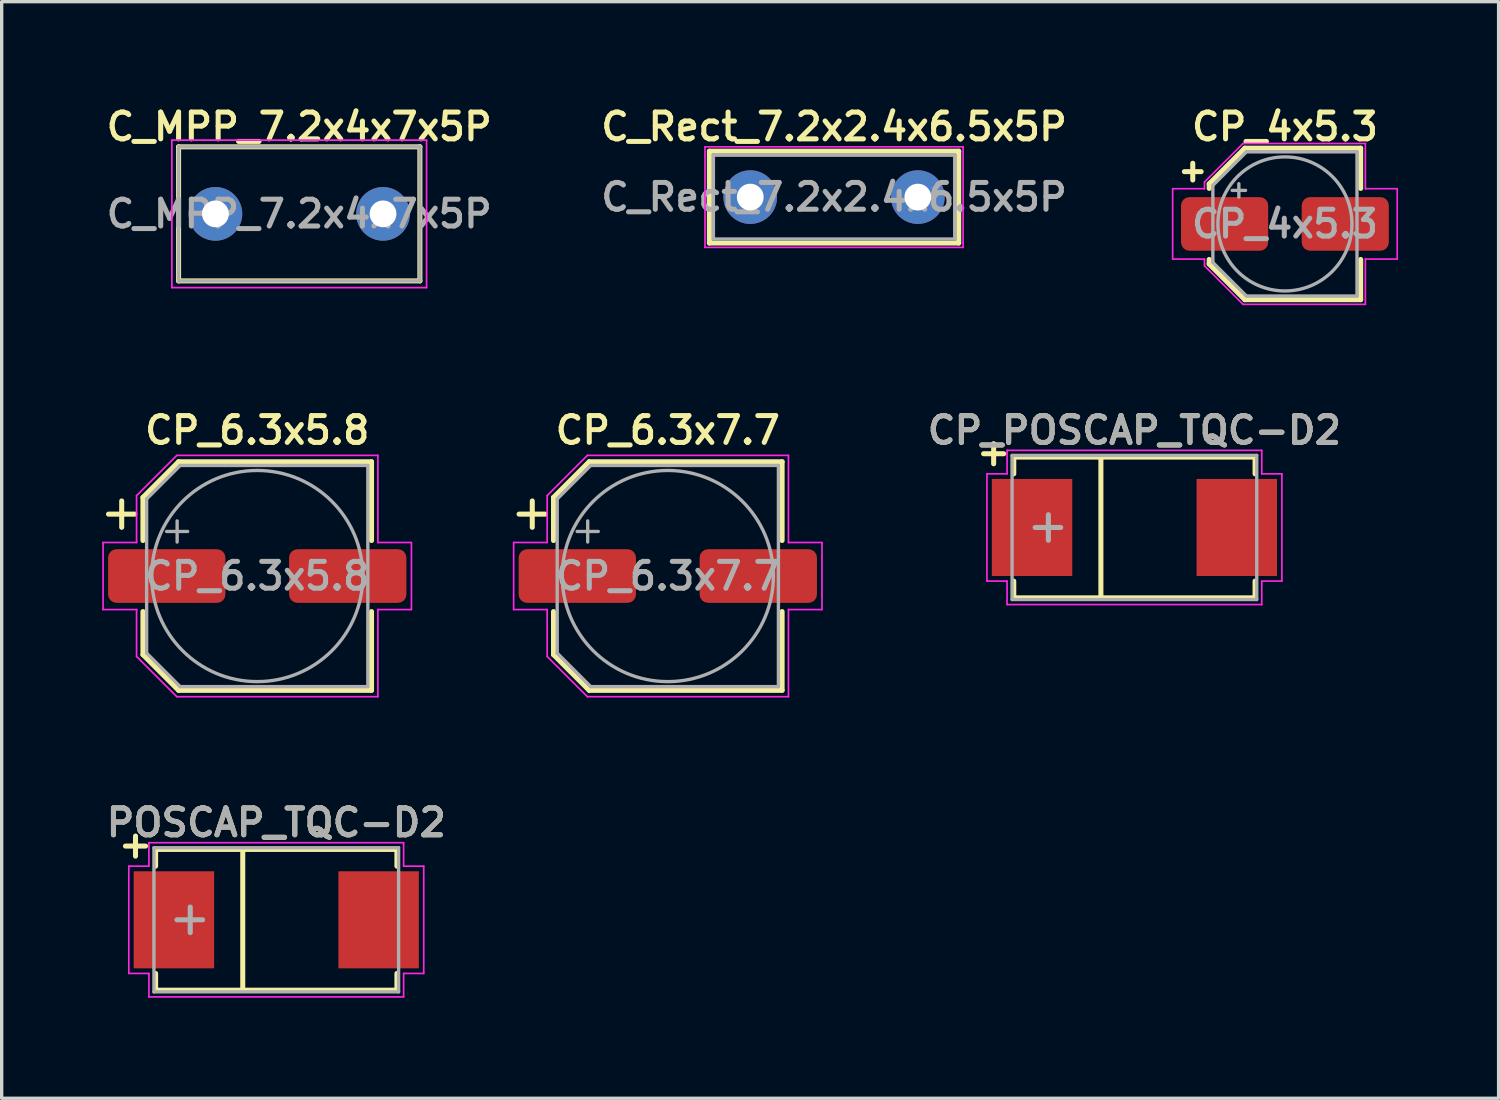
<source format=kicad_pcb>
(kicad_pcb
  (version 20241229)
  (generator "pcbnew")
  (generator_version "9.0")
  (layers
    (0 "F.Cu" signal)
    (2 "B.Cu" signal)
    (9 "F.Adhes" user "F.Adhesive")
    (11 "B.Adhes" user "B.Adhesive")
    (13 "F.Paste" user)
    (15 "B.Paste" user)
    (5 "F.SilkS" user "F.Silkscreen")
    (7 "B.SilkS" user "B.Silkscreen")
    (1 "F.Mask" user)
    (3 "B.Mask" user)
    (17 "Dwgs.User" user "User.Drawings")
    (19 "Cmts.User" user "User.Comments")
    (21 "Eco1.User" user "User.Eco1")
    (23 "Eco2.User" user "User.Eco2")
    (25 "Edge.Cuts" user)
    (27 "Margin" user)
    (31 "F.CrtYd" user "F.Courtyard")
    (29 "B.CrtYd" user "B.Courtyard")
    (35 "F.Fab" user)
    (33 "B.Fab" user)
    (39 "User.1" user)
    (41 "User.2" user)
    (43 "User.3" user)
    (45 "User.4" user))
  (footprint "CP_6.3x7.7"
    (layer "F.Cu")
    (at 16.875 14.137)
    (property "Reference" "CP_6.3x7.7" (at 0 -4.35 0) (layer "F.SilkS") (effects (font (size 0.8 0.8) (thickness 0.15))))
    (attr smd)
    (fp_line (start -4.438 -1.847) (end -3.65 -1.847) (stroke (width 0.15) (type solid)) (layer "F.SilkS"))
    (fp_line (start -4.044 -2.241) (end -4.044 -1.454) (stroke (width 0.15) (type solid)) (layer "F.SilkS"))
    (fp_line (start -3.41 -2.346) (end -3.41 -1.06) (stroke (width 0.15) (type solid)) (layer "F.SilkS"))
    (fp_line (start -3.41 -2.346) (end -2.346 -3.41) (stroke (width 0.15) (type solid)) (layer "F.SilkS"))
    (fp_line (start -3.41 2.346) (end -3.41 1.06) (stroke (width 0.15) (type solid)) (layer "F.SilkS"))
    (fp_line (start -3.41 2.346) (end -2.346 3.41) (stroke (width 0.15) (type solid)) (layer "F.SilkS"))
    (fp_line (start -2.346 -3.41) (end 3.41 -3.41) (stroke (width 0.15) (type solid)) (layer "F.SilkS"))
    (fp_line (start -2.346 3.41) (end 3.41 3.41) (stroke (width 0.15) (type solid)) (layer "F.SilkS"))
    (fp_line (start 3.41 -3.41) (end 3.41 -1.06) (stroke (width 0.15) (type solid)) (layer "F.SilkS"))
    (fp_line (start 3.41 3.41) (end 3.41 1.06) (stroke (width 0.15) (type solid)) (layer "F.SilkS"))
    (fp_line (start -4.6 1) (end -4.6 -1) (stroke (width 0.05) (type solid)) (layer "F.CrtYd"))
    (fp_line (start -4.6 1) (end -3.6 1) (stroke (width 0.05) (type solid)) (layer "F.CrtYd"))
    (fp_line (start -3.6 -2.4) (end -3.6 -1) (stroke (width 0.05) (type solid)) (layer "F.CrtYd"))
    (fp_line (start -3.6 -1) (end -4.6 -1) (stroke (width 0.05) (type solid)) (layer "F.CrtYd"))
    (fp_line (start -3.6 1) (end -3.6 2.4) (stroke (width 0.05) (type solid)) (layer "F.CrtYd"))
    (fp_line (start -3.6 2.4) (end -2.4 3.6) (stroke (width 0.05) (type solid)) (layer "F.CrtYd"))
    (fp_line (start -2.4 -3.6) (end -3.6 -2.4) (stroke (width 0.05) (type solid)) (layer "F.CrtYd"))
    (fp_line (start -2.4 3.6) (end 3.6 3.6) (stroke (width 0.05) (type solid)) (layer "F.CrtYd"))
    (fp_line (start 3.6 -3.6) (end -2.4 -3.6) (stroke (width 0.05) (type solid)) (layer "F.CrtYd"))
    (fp_line (start 3.6 -1) (end 3.6 -3.6) (stroke (width 0.05) (type solid)) (layer "F.CrtYd"))
    (fp_line (start 3.6 1) (end 4.6 1) (stroke (width 0.05) (type solid)) (layer "F.CrtYd"))
    (fp_line (start 3.6 3.6) (end 3.6 1) (stroke (width 0.05) (type solid)) (layer "F.CrtYd"))
    (fp_line (start 4.6 -1) (end 3.6 -1) (stroke (width 0.05) (type solid)) (layer "F.CrtYd"))
    (fp_line (start 4.6 1) (end 4.6 -1) (stroke (width 0.05) (type solid)) (layer "F.CrtYd"))
    (fp_line (start -3.3 -2.3) (end -3.3 2.3) (stroke (width 0.1) (type solid)) (layer "F.Fab"))
    (fp_line (start -3.3 -2.3) (end -2.3 -3.3) (stroke (width 0.1) (type solid)) (layer "F.Fab"))
    (fp_line (start -3.3 2.3) (end -2.3 3.3) (stroke (width 0.1) (type solid)) (layer "F.Fab"))
    (fp_line (start -2.705 -1.33) (end -2.075 -1.33) (stroke (width 0.1) (type solid)) (layer "F.Fab"))
    (fp_line (start -2.39 -1.645) (end -2.39 -1.015) (stroke (width 0.1) (type solid)) (layer "F.Fab"))
    (fp_line (start -2.3 -3.3) (end 3.3 -3.3) (stroke (width 0.1) (type solid)) (layer "F.Fab"))
    (fp_line (start -2.3 3.3) (end 3.3 3.3) (stroke (width 0.1) (type solid)) (layer "F.Fab"))
    (fp_line (start 3.3 -3.3) (end 3.3 3.3) (stroke (width 0.1) (type solid)) (layer "F.Fab"))
    (fp_circle (center 0 0) (end 3.15 0) (stroke (width 0.1) (type solid)) (fill no) (layer "F.Fab"))
    (fp_text user "${REFERENCE}" (at 0 0 0) (layer "F.Fab") (effects (font (size 0.8 0.8) (thickness 0.15))))
    (pad "1" smd roundrect (at -2.7 0) (size 3.5 1.6) (layers "F.Cu" "F.Mask" "F.Paste") (roundrect_rratio 0.156))
    (pad "2" smd roundrect (at 2.7 0) (size 3.5 1.6) (layers "F.Cu" "F.Mask" "F.Paste") (roundrect_rratio 0.156)))
  (footprint "C_MPP_7.2x4x7x5P"
    (layer "F.Cu")
    (at 3.378 3.331)
    (property "Reference" "C_MPP_7.2x4x7x5P" (at 2.5 -2.6 0) (layer "F.SilkS") (effects (font (size 0.8 0.8) (thickness 0.15))))
    (attr through_hole)
    (fp_line (start -1.1 -2) (end -1.1 2) (stroke (width 0.15) (type solid)) (layer "F.SilkS"))
    (fp_line (start -1.1 -2) (end 6.1 -2) (stroke (width 0.15) (type solid)) (layer "F.SilkS"))
    (fp_line (start 6.1 -2) (end 6.1 2) (stroke (width 0.15) (type solid)) (layer "F.SilkS"))
    (fp_line (start 6.1 2) (end -1.1 2) (stroke (width 0.15) (type solid)) (layer "F.SilkS"))
    (fp_line (start -1.3 -2.2) (end 6.3 -2.2) (stroke (width 0.05) (type solid)) (layer "F.CrtYd"))
    (fp_line (start -1.3 2.2) (end -1.3 -2.2) (stroke (width 0.05) (type solid)) (layer "F.CrtYd"))
    (fp_line (start 6.3 -2.2) (end 6.3 2.2) (stroke (width 0.05) (type solid)) (layer "F.CrtYd"))
    (fp_line (start 6.3 2.2) (end -1.3 2.2) (stroke (width 0.05) (type solid)) (layer "F.CrtYd"))
    (fp_line (start -1.1 -2) (end -1.1 2) (stroke (width 0.1) (type solid)) (layer "F.Fab"))
    (fp_line (start -1.1 2) (end 6.1 2) (stroke (width 0.1) (type solid)) (layer "F.Fab"))
    (fp_line (start 6.1 -2) (end -1.1 -2) (stroke (width 0.1) (type solid)) (layer "F.Fab"))
    (fp_line (start 6.1 2) (end 6.1 -2) (stroke (width 0.1) (type solid)) (layer "F.Fab"))
    (fp_text user "${REFERENCE}" (at 2.5 0 0) (layer "F.Fab") (effects (font (size 0.8 0.8) (thickness 0.15))))
    (pad "1" thru_hole circle (at 0 0) (size 1.6 1.6) (drill 0.8) (layers "*.Cu" "*.Mask"))
    (pad "2" thru_hole circle (at 5 0) (size 1.6 1.6) (drill 0.8) (layers "*.Cu" "*.Mask")))
  (footprint "CP_POSCAP_TQC-D2"
    (layer "F.Cu")
    (at 30.797 12.688)
    (property "Reference" "CP_POSCAP_TQC-D2" (at 0 -2.9 0) (layer "F.SilkS") (effects (font (size 0.8 0.8) (thickness 0.15))))
    (attr through_hole)
    (fp_line (start -4.5 -2.2) (end -3.9 -2.2) (stroke (width 0.15) (type solid)) (layer "F.SilkS"))
    (fp_line (start -4.2 -2.5) (end -4.2 -1.9) (stroke (width 0.15) (type solid)) (layer "F.SilkS"))
    (fp_line (start -3.6 -2.1) (end 3.6 -2.1) (stroke (width 0.15) (type solid)) (layer "F.SilkS"))
    (fp_line (start -3.6 -1.6) (end -3.6 -2.1) (stroke (width 0.15) (type solid)) (layer "F.SilkS"))
    (fp_line (start -3.6 2.1) (end -3.6 1.6) (stroke (width 0.15) (type solid)) (layer "F.SilkS"))
    (fp_line (start -1 -2.1) (end -1 2.1) (stroke (width 0.15) (type solid)) (layer "F.SilkS"))
    (fp_line (start 3.6 -2.1) (end 3.6 -1.6) (stroke (width 0.15) (type solid)) (layer "F.SilkS"))
    (fp_line (start 3.6 1.6) (end 3.6 2.1) (stroke (width 0.15) (type solid)) (layer "F.SilkS"))
    (fp_line (start 3.6 2.1) (end -3.6 2.1) (stroke (width 0.15) (type solid)) (layer "F.SilkS"))
    (fp_line (start -4.4 -1.6) (end -4.4 1.6) (stroke (width 0.05) (type solid)) (layer "F.CrtYd"))
    (fp_line (start -4.4 1.6) (end -3.8 1.6) (stroke (width 0.05) (type solid)) (layer "F.CrtYd"))
    (fp_line (start -3.8 -2.3) (end -3.8 -1.6) (stroke (width 0.05) (type solid)) (layer "F.CrtYd"))
    (fp_line (start -3.8 -1.6) (end -4.4 -1.6) (stroke (width 0.05) (type solid)) (layer "F.CrtYd"))
    (fp_line (start -3.8 1.6) (end -3.8 2.3) (stroke (width 0.05) (type solid)) (layer "F.CrtYd"))
    (fp_line (start -3.8 2.3) (end 3.8 2.3) (stroke (width 0.05) (type solid)) (layer "F.CrtYd"))
    (fp_line (start 3.8 -2.3) (end -3.8 -2.3) (stroke (width 0.05) (type solid)) (layer "F.CrtYd"))
    (fp_line (start 3.8 -1.6) (end 3.8 -2.3) (stroke (width 0.05) (type solid)) (layer "F.CrtYd"))
    (fp_line (start 3.8 1.6) (end 4.4 1.6) (stroke (width 0.05) (type solid)) (layer "F.CrtYd"))
    (fp_line (start 3.8 2.3) (end 3.8 1.6) (stroke (width 0.05) (type solid)) (layer "F.CrtYd"))
    (fp_line (start 4.4 -1.6) (end 3.8 -1.6) (stroke (width 0.05) (type solid)) (layer "F.CrtYd"))
    (fp_line (start 4.4 1.6) (end 4.4 -1.6) (stroke (width 0.05) (type solid)) (layer "F.CrtYd"))
    (fp_line (start -3.65 -2.15) (end 3.65 -2.15) (stroke (width 0.1) (type solid)) (layer "F.Fab"))
    (fp_line (start -3.65 2.15) (end -3.65 -2.15) (stroke (width 0.1) (type solid)) (layer "F.Fab"))
    (fp_line (start -2.567 -0.381) (end -2.567 0.381) (stroke (width 0.152) (type solid)) (layer "F.Fab"))
    (fp_line (start -2.2 0) (end -2.962 0) (stroke (width 0.152) (type solid)) (layer "F.Fab"))
    (fp_line (start 3.65 -2.15) (end 3.65 2.15) (stroke (width 0.1) (type solid)) (layer "F.Fab"))
    (fp_line (start 3.65 2.15) (end -3.65 2.15) (stroke (width 0.1) (type solid)) (layer "F.Fab"))
    (fp_text user "${REFERENCE}" (at 0 -2.9 0) (layer "F.Fab") (effects (font (size 0.8 0.8) (thickness 0.15))))
    (pad "1" smd rect (at -3.054 0) (size 2.4 2.896) (layers "F.Cu" "F.Mask" "F.Paste"))
    (pad "2" smd rect (at 3.054 0) (size 2.4 2.896) (layers "F.Cu" "F.Mask" "F.Paste")))
  (footprint "CP_6.3x5.8"
    (layer "F.Cu")
    (at 4.625 14.137)
    (property "Reference" "CP_6.3x5.8" (at 0 -4.35 0) (layer "F.SilkS") (effects (font (size 0.8 0.8) (thickness 0.15))))
    (attr smd)
    (fp_line (start -4.438 -1.847) (end -3.65 -1.847) (stroke (width 0.15) (type solid)) (layer "F.SilkS"))
    (fp_line (start -4.044 -2.241) (end -4.044 -1.454) (stroke (width 0.15) (type solid)) (layer "F.SilkS"))
    (fp_line (start -3.41 -2.346) (end -3.41 -1.06) (stroke (width 0.15) (type solid)) (layer "F.SilkS"))
    (fp_line (start -3.41 -2.346) (end -2.346 -3.41) (stroke (width 0.15) (type solid)) (layer "F.SilkS"))
    (fp_line (start -3.41 2.346) (end -3.41 1.06) (stroke (width 0.15) (type solid)) (layer "F.SilkS"))
    (fp_line (start -3.41 2.346) (end -2.346 3.41) (stroke (width 0.15) (type solid)) (layer "F.SilkS"))
    (fp_line (start -2.346 -3.41) (end 3.41 -3.41) (stroke (width 0.15) (type solid)) (layer "F.SilkS"))
    (fp_line (start -2.346 3.41) (end 3.41 3.41) (stroke (width 0.15) (type solid)) (layer "F.SilkS"))
    (fp_line (start 3.41 -3.41) (end 3.41 -1.06) (stroke (width 0.15) (type solid)) (layer "F.SilkS"))
    (fp_line (start 3.41 3.41) (end 3.41 1.06) (stroke (width 0.15) (type solid)) (layer "F.SilkS"))
    (fp_line (start -4.6 -1) (end -4.6 1) (stroke (width 0.05) (type solid)) (layer "F.CrtYd"))
    (fp_line (start -4.6 1) (end -3.6 1) (stroke (width 0.05) (type solid)) (layer "F.CrtYd"))
    (fp_line (start -3.6 -2.4) (end -3.6 -1) (stroke (width 0.05) (type solid)) (layer "F.CrtYd"))
    (fp_line (start -3.6 -1) (end -4.6 -1) (stroke (width 0.05) (type solid)) (layer "F.CrtYd"))
    (fp_line (start -3.6 1) (end -3.6 2.4) (stroke (width 0.05) (type solid)) (layer "F.CrtYd"))
    (fp_line (start -3.6 2.4) (end -2.4 3.6) (stroke (width 0.05) (type solid)) (layer "F.CrtYd"))
    (fp_line (start -2.4 -3.6) (end -3.6 -2.4) (stroke (width 0.05) (type solid)) (layer "F.CrtYd"))
    (fp_line (start -2.4 3.6) (end 3.6 3.6) (stroke (width 0.05) (type solid)) (layer "F.CrtYd"))
    (fp_line (start 3.6 -3.6) (end -2.4 -3.6) (stroke (width 0.05) (type solid)) (layer "F.CrtYd"))
    (fp_line (start 3.6 -1) (end 3.6 -3.6) (stroke (width 0.05) (type solid)) (layer "F.CrtYd"))
    (fp_line (start 3.6 1) (end 4.6 1) (stroke (width 0.05) (type solid)) (layer "F.CrtYd"))
    (fp_line (start 3.6 3.6) (end 3.6 1) (stroke (width 0.05) (type solid)) (layer "F.CrtYd"))
    (fp_line (start 4.6 -1) (end 3.6 -1) (stroke (width 0.05) (type solid)) (layer "F.CrtYd"))
    (fp_line (start 4.6 1) (end 4.6 -1) (stroke (width 0.05) (type solid)) (layer "F.CrtYd"))
    (fp_line (start -3.3 -2.3) (end -3.3 2.3) (stroke (width 0.1) (type solid)) (layer "F.Fab"))
    (fp_line (start -3.3 -2.3) (end -2.3 -3.3) (stroke (width 0.1) (type solid)) (layer "F.Fab"))
    (fp_line (start -3.3 2.3) (end -2.3 3.3) (stroke (width 0.1) (type solid)) (layer "F.Fab"))
    (fp_line (start -2.705 -1.33) (end -2.075 -1.33) (stroke (width 0.1) (type solid)) (layer "F.Fab"))
    (fp_line (start -2.39 -1.645) (end -2.39 -1.015) (stroke (width 0.1) (type solid)) (layer "F.Fab"))
    (fp_line (start -2.3 -3.3) (end 3.3 -3.3) (stroke (width 0.1) (type solid)) (layer "F.Fab"))
    (fp_line (start -2.3 3.3) (end 3.3 3.3) (stroke (width 0.1) (type solid)) (layer "F.Fab"))
    (fp_line (start 3.3 -3.3) (end 3.3 3.3) (stroke (width 0.1) (type solid)) (layer "F.Fab"))
    (fp_circle (center 0 0) (end 3.15 0) (stroke (width 0.1) (type solid)) (fill no) (layer "F.Fab"))
    (fp_text user "${REFERENCE}" (at 0 0 0) (layer "F.Fab") (effects (font (size 0.8 0.8) (thickness 0.15))))
    (pad "1" smd roundrect (at -2.7 0) (size 3.5 1.6) (layers "F.Cu" "F.Mask" "F.Paste") (roundrect_rratio 0.156))
    (pad "2" smd roundrect (at 2.7 0) (size 3.5 1.6) (layers "F.Cu" "F.Mask" "F.Paste") (roundrect_rratio 0.156)))
  (footprint "POSCAP_TQC-D2"
    (layer "F.Cu")
    (at 5.193 24.394)
    (property "Reference" "POSCAP_TQC-D2" (at 0 -2.9 0) (layer "F.SilkS") (effects (font (size 0.8 0.8) (thickness 0.15))))
    (attr through_hole)
    (fp_line (start -4.5 -2.2) (end -3.9 -2.2) (stroke (width 0.15) (type solid)) (layer "F.SilkS"))
    (fp_line (start -4.2 -2.5) (end -4.2 -1.9) (stroke (width 0.15) (type solid)) (layer "F.SilkS"))
    (fp_line (start -3.6 -2.1) (end 3.6 -2.1) (stroke (width 0.15) (type solid)) (layer "F.SilkS"))
    (fp_line (start -3.6 -1.6) (end -3.6 -2.1) (stroke (width 0.15) (type solid)) (layer "F.SilkS"))
    (fp_line (start -3.6 2.1) (end -3.6 1.6) (stroke (width 0.15) (type solid)) (layer "F.SilkS"))
    (fp_line (start -1 -2.1) (end -1 2.1) (stroke (width 0.15) (type solid)) (layer "F.SilkS"))
    (fp_line (start 3.6 -2.1) (end 3.6 -1.6) (stroke (width 0.15) (type solid)) (layer "F.SilkS"))
    (fp_line (start 3.6 1.6) (end 3.6 2.1) (stroke (width 0.15) (type solid)) (layer "F.SilkS"))
    (fp_line (start 3.6 2.1) (end -3.6 2.1) (stroke (width 0.15) (type solid)) (layer "F.SilkS"))
    (fp_line (start -4.4 -1.6) (end -4.4 1.6) (stroke (width 0.05) (type solid)) (layer "F.CrtYd"))
    (fp_line (start -4.4 1.6) (end -3.8 1.6) (stroke (width 0.05) (type solid)) (layer "F.CrtYd"))
    (fp_line (start -3.8 -2.3) (end -3.8 -1.6) (stroke (width 0.05) (type solid)) (layer "F.CrtYd"))
    (fp_line (start -3.8 -1.6) (end -4.4 -1.6) (stroke (width 0.05) (type solid)) (layer "F.CrtYd"))
    (fp_line (start -3.8 1.6) (end -3.8 2.3) (stroke (width 0.05) (type solid)) (layer "F.CrtYd"))
    (fp_line (start -3.8 2.3) (end 3.8 2.3) (stroke (width 0.05) (type solid)) (layer "F.CrtYd"))
    (fp_line (start 3.8 -2.3) (end -3.8 -2.3) (stroke (width 0.05) (type solid)) (layer "F.CrtYd"))
    (fp_line (start 3.8 -1.6) (end 3.8 -2.3) (stroke (width 0.05) (type solid)) (layer "F.CrtYd"))
    (fp_line (start 3.8 1.6) (end 4.4 1.6) (stroke (width 0.05) (type solid)) (layer "F.CrtYd"))
    (fp_line (start 3.8 2.3) (end 3.8 1.6) (stroke (width 0.05) (type solid)) (layer "F.CrtYd"))
    (fp_line (start 4.4 -1.6) (end 3.8 -1.6) (stroke (width 0.05) (type solid)) (layer "F.CrtYd"))
    (fp_line (start 4.4 1.6) (end 4.4 -1.6) (stroke (width 0.05) (type solid)) (layer "F.CrtYd"))
    (fp_line (start -3.65 -2.15) (end 3.65 -2.15) (stroke (width 0.1) (type solid)) (layer "F.Fab"))
    (fp_line (start -3.65 2.15) (end -3.65 -2.15) (stroke (width 0.1) (type solid)) (layer "F.Fab"))
    (fp_line (start -2.567 -0.381) (end -2.567 0.381) (stroke (width 0.152) (type solid)) (layer "F.Fab"))
    (fp_line (start -2.2 0) (end -2.962 0) (stroke (width 0.152) (type solid)) (layer "F.Fab"))
    (fp_line (start 3.65 -2.15) (end 3.65 2.15) (stroke (width 0.1) (type solid)) (layer "F.Fab"))
    (fp_line (start 3.65 2.15) (end -3.65 2.15) (stroke (width 0.1) (type solid)) (layer "F.Fab"))
    (fp_text user "${REFERENCE}" (at 0 -2.9 0) (layer "F.Fab") (effects (font (size 0.8 0.8) (thickness 0.15))))
    (pad "1" smd rect (at -3.054 0) (size 2.4 2.896) (layers "F.Cu" "F.Mask" "F.Paste"))
    (pad "2" smd rect (at 3.054 0) (size 2.4 2.896) (layers "F.Cu" "F.Mask" "F.Paste")))
  (footprint "CP_4x5.3"
    (layer "F.Cu")
    (at 35.288 3.631)
    (property "Reference" "CP_4x5.3" (at 0 -2.9 0) (layer "F.SilkS") (effects (font (size 0.8 0.8) (thickness 0.15))))
    (attr smd)
    (fp_line (start -3 -1.56) (end -2.5 -1.56) (stroke (width 0.15) (type solid)) (layer "F.SilkS"))
    (fp_line (start -2.75 -1.81) (end -2.75 -1.31) (stroke (width 0.15) (type solid)) (layer "F.SilkS"))
    (fp_line (start -2.26 -1.196) (end -2.26 -1.06) (stroke (width 0.15) (type solid)) (layer "F.SilkS"))
    (fp_line (start -2.26 -1.196) (end -1.196 -2.26) (stroke (width 0.15) (type solid)) (layer "F.SilkS"))
    (fp_line (start -2.26 1.196) (end -2.26 1.06) (stroke (width 0.15) (type solid)) (layer "F.SilkS"))
    (fp_line (start -2.26 1.196) (end -1.196 2.26) (stroke (width 0.15) (type solid)) (layer "F.SilkS"))
    (fp_line (start -1.196 -2.26) (end 2.26 -2.26) (stroke (width 0.15) (type solid)) (layer "F.SilkS"))
    (fp_line (start -1.196 2.26) (end 2.26 2.26) (stroke (width 0.15) (type solid)) (layer "F.SilkS"))
    (fp_line (start 2.26 -2.26) (end 2.26 -1.06) (stroke (width 0.15) (type solid)) (layer "F.SilkS"))
    (fp_line (start 2.26 2.26) (end 2.26 1.06) (stroke (width 0.15) (type solid)) (layer "F.SilkS"))
    (fp_line (start -3.35 -1.05) (end -3.35 1.05) (stroke (width 0.05) (type solid)) (layer "F.CrtYd"))
    (fp_line (start -3.35 1.05) (end -2.4 1.05) (stroke (width 0.05) (type solid)) (layer "F.CrtYd"))
    (fp_line (start -2.4 -1.25) (end -2.4 -1.05) (stroke (width 0.05) (type solid)) (layer "F.CrtYd"))
    (fp_line (start -2.4 -1.25) (end -1.25 -2.4) (stroke (width 0.05) (type solid)) (layer "F.CrtYd"))
    (fp_line (start -2.4 -1.05) (end -3.35 -1.05) (stroke (width 0.05) (type solid)) (layer "F.CrtYd"))
    (fp_line (start -2.4 1.05) (end -2.4 1.25) (stroke (width 0.05) (type solid)) (layer "F.CrtYd"))
    (fp_line (start -2.4 1.25) (end -1.25 2.4) (stroke (width 0.05) (type solid)) (layer "F.CrtYd"))
    (fp_line (start -1.25 -2.4) (end 2.4 -2.4) (stroke (width 0.05) (type solid)) (layer "F.CrtYd"))
    (fp_line (start -1.25 2.4) (end 2.4 2.4) (stroke (width 0.05) (type solid)) (layer "F.CrtYd"))
    (fp_line (start 2.4 -2.4) (end 2.4 -1.05) (stroke (width 0.05) (type solid)) (layer "F.CrtYd"))
    (fp_line (start 2.4 -1.05) (end 3.35 -1.05) (stroke (width 0.05) (type solid)) (layer "F.CrtYd"))
    (fp_line (start 2.4 1.05) (end 2.4 2.4) (stroke (width 0.05) (type solid)) (layer "F.CrtYd"))
    (fp_line (start 3.35 -1.05) (end 3.35 1.05) (stroke (width 0.05) (type solid)) (layer "F.CrtYd"))
    (fp_line (start 3.35 1.05) (end 2.4 1.05) (stroke (width 0.05) (type solid)) (layer "F.CrtYd"))
    (fp_line (start -2.15 -1.15) (end -2.15 1.15) (stroke (width 0.1) (type solid)) (layer "F.Fab"))
    (fp_line (start -2.15 -1.15) (end -1.15 -2.15) (stroke (width 0.1) (type solid)) (layer "F.Fab"))
    (fp_line (start -2.15 1.15) (end -1.15 2.15) (stroke (width 0.1) (type solid)) (layer "F.Fab"))
    (fp_line (start -1.575 -1) (end -1.175 -1) (stroke (width 0.1) (type solid)) (layer "F.Fab"))
    (fp_line (start -1.375 -1.2) (end -1.375 -0.8) (stroke (width 0.1) (type solid)) (layer "F.Fab"))
    (fp_line (start -1.15 -2.15) (end 2.15 -2.15) (stroke (width 0.1) (type solid)) (layer "F.Fab"))
    (fp_line (start -1.15 2.15) (end 2.15 2.15) (stroke (width 0.1) (type solid)) (layer "F.Fab"))
    (fp_line (start 2.15 -2.15) (end 2.15 2.15) (stroke (width 0.1) (type solid)) (layer "F.Fab"))
    (fp_circle (center 0 0) (end 2 0) (stroke (width 0.1) (type solid)) (fill no) (layer "F.Fab"))
    (fp_text user "${REFERENCE}" (at 0 0 0) (layer "F.Fab") (effects (font (size 0.8 0.8) (thickness 0.15))))
    (pad "1" smd roundrect (at -1.8 0) (size 2.6 1.6) (layers "F.Cu" "F.Mask" "F.Paste") (roundrect_rratio 0.156))
    (pad "2" smd roundrect (at 1.8 0) (size 2.6 1.6) (layers "F.Cu" "F.Mask" "F.Paste") (roundrect_rratio 0.156)))
  (footprint "C_Rect_7.2x2.4x6.5x5P"
    (layer "F.Cu")
    (at 19.335 2.831)
    (property "Reference" "C_Rect_7.2x2.4x6.5x5P" (at 2.5 -2.1 0) (layer "F.SilkS") (effects (font (size 0.8 0.8) (thickness 0.15))))
    (attr through_hole)
    (fp_line (start -1.22 -1.37) (end -1.22 1.37) (stroke (width 0.15) (type solid)) (layer "F.SilkS"))
    (fp_line (start -1.22 -1.37) (end 6.22 -1.37) (stroke (width 0.15) (type solid)) (layer "F.SilkS"))
    (fp_line (start -1.22 1.37) (end 6.22 1.37) (stroke (width 0.15) (type solid)) (layer "F.SilkS"))
    (fp_line (start 6.22 -1.37) (end 6.22 1.37) (stroke (width 0.15) (type solid)) (layer "F.SilkS"))
    (fp_line (start -1.35 -1.5) (end -1.35 1.5) (stroke (width 0.05) (type solid)) (layer "F.CrtYd"))
    (fp_line (start -1.35 1.5) (end 6.35 1.5) (stroke (width 0.05) (type solid)) (layer "F.CrtYd"))
    (fp_line (start 6.35 -1.5) (end -1.35 -1.5) (stroke (width 0.05) (type solid)) (layer "F.CrtYd"))
    (fp_line (start 6.35 1.5) (end 6.35 -1.5) (stroke (width 0.05) (type solid)) (layer "F.CrtYd"))
    (fp_line (start -1.1 -1.25) (end -1.1 1.25) (stroke (width 0.1) (type solid)) (layer "F.Fab"))
    (fp_line (start -1.1 1.25) (end 6.1 1.25) (stroke (width 0.1) (type solid)) (layer "F.Fab"))
    (fp_line (start 6.1 -1.25) (end -1.1 -1.25) (stroke (width 0.1) (type solid)) (layer "F.Fab"))
    (fp_line (start 6.1 1.25) (end 6.1 -1.25) (stroke (width 0.1) (type solid)) (layer "F.Fab"))
    (fp_text user "${REFERENCE}" (at 2.5 0 0) (layer "F.Fab") (effects (font (size 0.8 0.8) (thickness 0.15))))
    (pad "1" thru_hole circle (at 0 0) (size 1.6 1.6) (drill 0.8) (layers "*.Cu" "*.Mask"))
    (pad "2" thru_hole circle (at 5 0) (size 1.6 1.6) (drill 0.8) (layers "*.Cu" "*.Mask")))
  (gr_rect
    (start -3 -3)
    (end 41.663 29.719)
    (stroke (width 0.1) (type default))
    (fill no)
    (layer "Edge.Cuts")))
</source>
